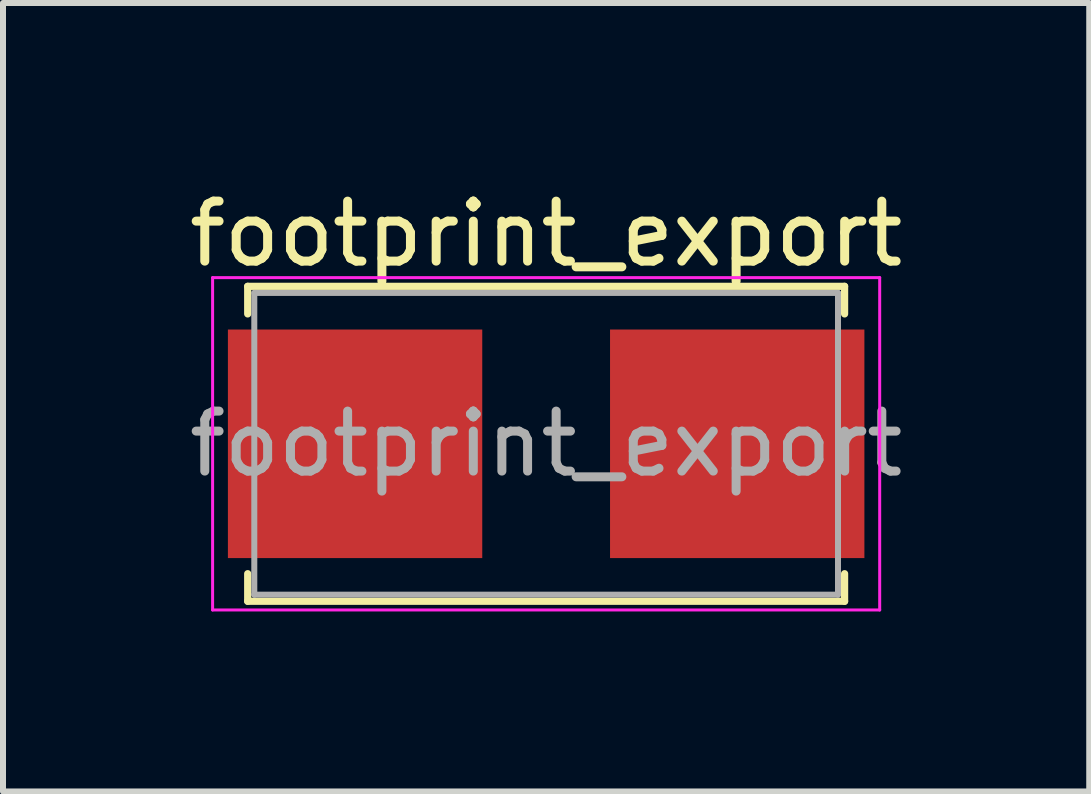
<source format=kicad_pcb>
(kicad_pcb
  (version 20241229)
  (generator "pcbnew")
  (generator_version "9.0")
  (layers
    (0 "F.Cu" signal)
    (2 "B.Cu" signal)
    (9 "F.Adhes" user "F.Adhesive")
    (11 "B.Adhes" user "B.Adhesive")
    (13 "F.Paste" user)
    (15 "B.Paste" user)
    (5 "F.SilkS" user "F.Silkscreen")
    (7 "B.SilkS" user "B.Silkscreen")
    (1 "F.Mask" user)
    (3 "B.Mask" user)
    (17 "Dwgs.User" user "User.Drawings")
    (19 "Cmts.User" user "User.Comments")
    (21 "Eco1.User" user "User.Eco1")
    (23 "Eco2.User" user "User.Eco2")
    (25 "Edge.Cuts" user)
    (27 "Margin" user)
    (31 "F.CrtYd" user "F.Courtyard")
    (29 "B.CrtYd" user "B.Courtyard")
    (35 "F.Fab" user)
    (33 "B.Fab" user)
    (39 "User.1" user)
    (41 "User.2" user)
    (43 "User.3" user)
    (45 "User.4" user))
  (footprint "footprint_export"
    (layer "F.Cu")
    (at 6.054 4.348)
    (property "Reference" "footprint_export" (at 0 -3.5 0) (unlocked yes) (layer "F.SilkS") (effects (font (size 1 1) (thickness 0.15))))
    (attr smd)
    (fp_line (start -4.975 -2.625) (end -4.975 -2.165) (stroke (width 0.12) (type solid)) (layer "F.SilkS"))
    (fp_line (start -4.975 -2.625) (end 4.975 -2.625) (stroke (width 0.12) (type solid)) (layer "F.SilkS"))
    (fp_line (start -4.975 2.165) (end -4.975 2.625) (stroke (width 0.12) (type solid)) (layer "F.SilkS"))
    (fp_line (start -4.975 2.625) (end 4.975 2.625) (stroke (width 0.12) (type solid)) (layer "F.SilkS"))
    (fp_line (start 4.975 -2.625) (end 4.975 -2.165) (stroke (width 0.12) (type solid)) (layer "F.SilkS"))
    (fp_line (start 4.975 2.625) (end 4.975 2.165) (stroke (width 0.12) (type solid)) (layer "F.SilkS"))
    (fp_line (start -5.56 -2.77) (end -5.56 2.77) (stroke (width 0.05) (type solid)) (layer "F.CrtYd"))
    (fp_line (start -5.56 -2.77) (end 5.56 -2.77) (stroke (width 0.05) (type solid)) (layer "F.CrtYd"))
    (fp_line (start -5.56 2.77) (end 5.56 2.77) (stroke (width 0.05) (type solid)) (layer "F.CrtYd"))
    (fp_line (start 5.56 -2.77) (end 5.56 2.77) (stroke (width 0.05) (type solid)) (layer "F.CrtYd"))
    (fp_line (start -4.865 -2.515) (end -4.865 2.515) (stroke (width 0.1) (type solid)) (layer "F.Fab"))
    (fp_line (start -4.865 -2.515) (end 4.865 -2.515) (stroke (width 0.1) (type solid)) (layer "F.Fab"))
    (fp_line (start -4.865 2.515) (end 4.865 2.515) (stroke (width 0.1) (type solid)) (layer "F.Fab"))
    (fp_line (start 4.865 2.515) (end 4.865 -2.515) (stroke (width 0.1) (type solid)) (layer "F.Fab"))
    (fp_text user "${REFERENCE}" (at 0 0 0) (layer "F.Fab") (effects (font (size 1 1) (thickness 0.15))))
    (pad "1" smd rect (at -3.185 0) (size 4.24 3.81) (layers "F.Cu" "F.Mask" "F.Paste"))
    (pad "2" smd rect (at 3.185 0) (size 4.24 3.81) (layers "F.Cu" "F.Mask" "F.Paste")))
  (gr_rect
    (start -3 -3)
    (end 15.107 10.143)
    (stroke (width 0.1) (type default))
    (fill no)
    (layer "Edge.Cuts")))
</source>
